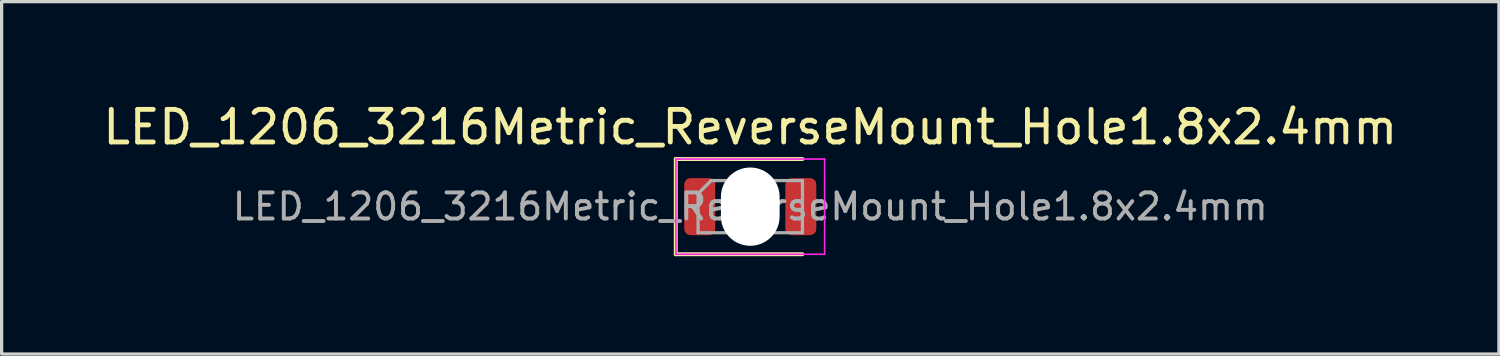
<source format=kicad_pcb>
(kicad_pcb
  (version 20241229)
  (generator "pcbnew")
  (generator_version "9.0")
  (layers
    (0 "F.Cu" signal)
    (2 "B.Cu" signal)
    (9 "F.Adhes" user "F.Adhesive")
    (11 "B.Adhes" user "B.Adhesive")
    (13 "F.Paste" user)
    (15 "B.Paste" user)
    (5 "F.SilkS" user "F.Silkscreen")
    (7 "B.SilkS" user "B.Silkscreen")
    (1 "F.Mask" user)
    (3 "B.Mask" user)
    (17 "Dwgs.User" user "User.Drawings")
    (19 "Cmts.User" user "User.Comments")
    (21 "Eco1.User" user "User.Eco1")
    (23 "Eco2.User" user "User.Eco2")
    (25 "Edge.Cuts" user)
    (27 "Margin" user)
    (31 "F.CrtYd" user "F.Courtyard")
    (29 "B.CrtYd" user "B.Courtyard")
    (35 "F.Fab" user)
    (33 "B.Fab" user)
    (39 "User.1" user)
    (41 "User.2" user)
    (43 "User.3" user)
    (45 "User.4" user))
  (footprint "LED_1206_3216Metric_ReverseMount_Hole1.8x2.4mm"
    (layer "F.Cu")
    (at 19.958 3.287)
    (property "Reference" "LED_1206_3216Metric_ReverseMount_Hole1.8x2.4mm" (at 0 -2.438 0) (layer "F.SilkS") (effects (font (size 1 1) (thickness 0.15))))
    (attr through_hole)
    (fp_line (start -2.285 -1.46) (end -2.285 1.46) (stroke (width 0.12) (type solid)) (layer "F.SilkS"))
    (fp_line (start -2.285 1.46) (end 1.6 1.46) (stroke (width 0.12) (type solid)) (layer "F.SilkS"))
    (fp_line (start 1.6 -1.46) (end -2.285 -1.46) (stroke (width 0.12) (type solid)) (layer "F.SilkS"))
    (fp_line (start -2.28 -1.46) (end 2.28 -1.46) (stroke (width 0.05) (type solid)) (layer "F.CrtYd"))
    (fp_line (start -2.28 1.46) (end -2.28 -1.46) (stroke (width 0.05) (type solid)) (layer "F.CrtYd"))
    (fp_line (start 2.28 -1.46) (end 2.28 1.46) (stroke (width 0.05) (type solid)) (layer "F.CrtYd"))
    (fp_line (start 2.28 1.46) (end -2.28 1.46) (stroke (width 0.05) (type solid)) (layer "F.CrtYd"))
    (fp_line (start -1.6 -0.4) (end -1.6 0.8) (stroke (width 0.1) (type solid)) (layer "F.Fab"))
    (fp_line (start -1.6 0.8) (end 1.6 0.8) (stroke (width 0.1) (type solid)) (layer "F.Fab"))
    (fp_line (start -1.2 -0.8) (end -1.6 -0.4) (stroke (width 0.1) (type solid)) (layer "F.Fab"))
    (fp_line (start 1.6 -0.8) (end -1.2 -0.8) (stroke (width 0.1) (type solid)) (layer "F.Fab"))
    (fp_line (start 1.6 0.8) (end 1.6 -0.8) (stroke (width 0.1) (type solid)) (layer "F.Fab"))
    (fp_text user "${REFERENCE}" (at 0 0 0) (layer "F.Fab") (effects (font (size 0.8 0.8) (thickness 0.12))))
    (pad "" np_thru_hole oval (at 0 0) (size 1.8 2.4) (drill oval 1.8 2.4) (layers "*.Cu" "*.Mask"))
    (pad "1" smd roundrect (at -1.55 0) (size 0.95 1.75) (layers "F.Cu" "F.Mask" "F.Paste") (roundrect_rratio 0.2))
    (pad "2" smd roundrect (at 1.55 0) (size 0.95 1.75) (layers "F.Cu" "F.Mask" "F.Paste") (roundrect_rratio 0.2)))
  (gr_rect
    (start -3 -3)
    (end 42.917 7.807)
    (stroke (width 0.1) (type default))
    (fill no)
    (layer "Edge.Cuts")))
</source>
